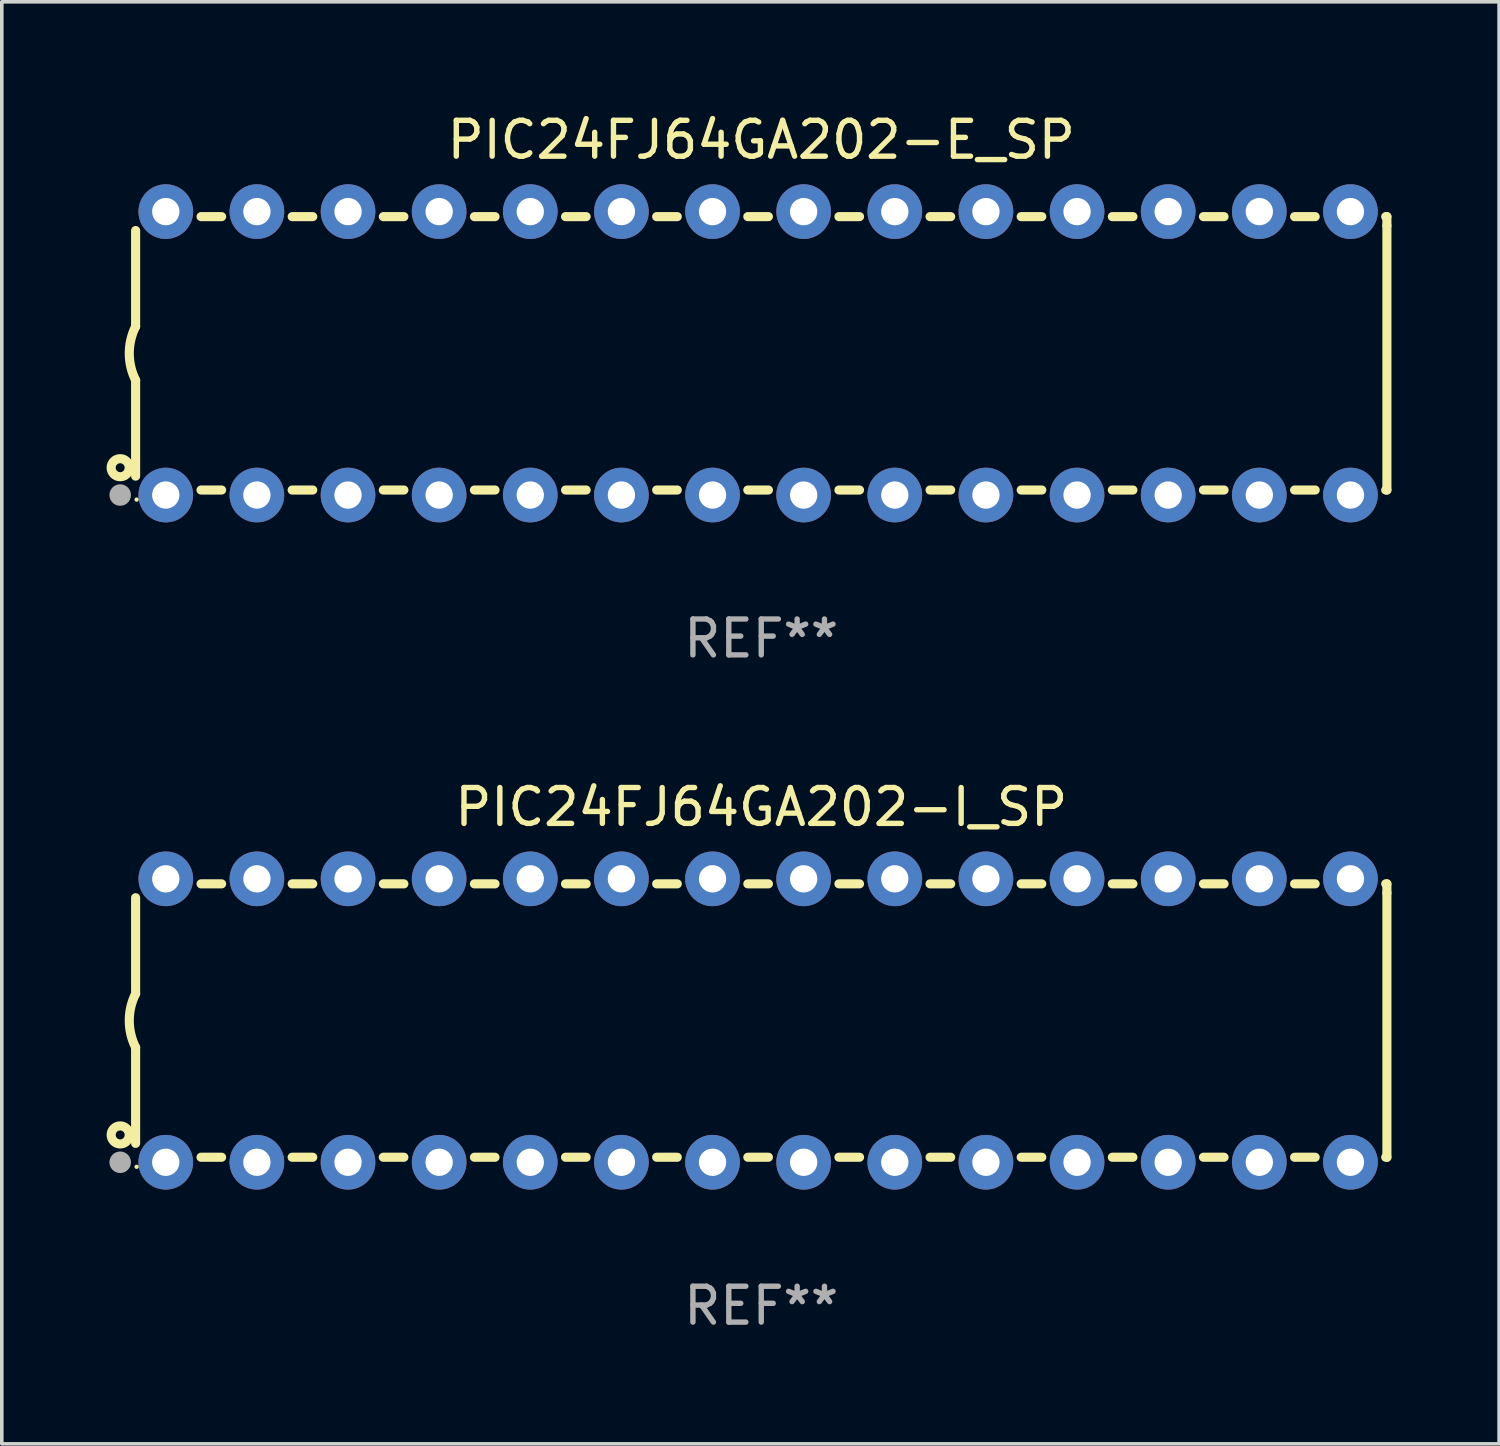
<source format=kicad_pcb>
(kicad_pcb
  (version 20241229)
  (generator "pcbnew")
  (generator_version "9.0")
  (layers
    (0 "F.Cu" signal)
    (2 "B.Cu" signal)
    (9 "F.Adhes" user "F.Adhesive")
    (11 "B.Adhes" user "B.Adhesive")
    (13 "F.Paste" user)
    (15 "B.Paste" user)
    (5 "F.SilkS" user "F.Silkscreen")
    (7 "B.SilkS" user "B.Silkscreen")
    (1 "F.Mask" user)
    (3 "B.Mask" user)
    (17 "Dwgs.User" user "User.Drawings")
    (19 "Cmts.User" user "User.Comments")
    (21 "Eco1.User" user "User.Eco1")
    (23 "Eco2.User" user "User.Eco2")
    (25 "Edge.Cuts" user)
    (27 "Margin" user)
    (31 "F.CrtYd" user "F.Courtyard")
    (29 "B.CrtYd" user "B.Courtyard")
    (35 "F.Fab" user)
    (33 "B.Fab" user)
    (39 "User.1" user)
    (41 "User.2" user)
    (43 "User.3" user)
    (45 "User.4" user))
  (footprint "PIC24FJ64GA202-I_SP"
    (layer "F.Cu")
    (at 18.168 25.395)
    (property "Reference" "PIC24FJ64GA202-I_SP" (at 0 -5.95 0) (layer "F.SilkS") (effects (font (size 1 1) (thickness 0.15))))
    (attr through_hole)
    (fp_line (start -17.438 0.75) (end -17.438 3.423) (stroke (width 0.254) (type solid)) (layer "F.SilkS"))
    (fp_line (start -17.438 -3.423) (end -17.438 -0.75) (stroke (width 0.254) (type solid)) (layer "F.SilkS"))
    (fp_line (start -15.615 3.81) (end -15.041 3.81) (stroke (width 0.254) (type solid)) (layer "F.SilkS"))
    (fp_line (start -15.041 -3.81) (end -15.614 -3.81) (stroke (width 0.254) (type solid)) (layer "F.SilkS"))
    (fp_line (start -13.075 3.81) (end -12.501 3.81) (stroke (width 0.254) (type solid)) (layer "F.SilkS"))
    (fp_line (start -12.501 -3.81) (end -13.074 -3.81) (stroke (width 0.254) (type solid)) (layer "F.SilkS"))
    (fp_line (start -10.535 3.81) (end -9.961 3.81) (stroke (width 0.254) (type solid)) (layer "F.SilkS"))
    (fp_line (start -9.961 -3.81) (end -10.534 -3.81) (stroke (width 0.254) (type solid)) (layer "F.SilkS"))
    (fp_line (start -7.995 3.81) (end -7.421 3.81) (stroke (width 0.254) (type solid)) (layer "F.SilkS"))
    (fp_line (start -7.421 -3.81) (end -7.995 -3.81) (stroke (width 0.254) (type solid)) (layer "F.SilkS"))
    (fp_line (start -5.455 3.81) (end -4.881 3.81) (stroke (width 0.254) (type solid)) (layer "F.SilkS"))
    (fp_line (start -4.881 -3.81) (end -5.455 -3.81) (stroke (width 0.254) (type solid)) (layer "F.SilkS"))
    (fp_line (start -2.915 3.81) (end -2.341 3.81) (stroke (width 0.254) (type solid)) (layer "F.SilkS"))
    (fp_line (start -2.341 -3.81) (end -2.915 -3.81) (stroke (width 0.254) (type solid)) (layer "F.SilkS"))
    (fp_line (start -0.375 3.81) (end 0.199 3.81) (stroke (width 0.254) (type solid)) (layer "F.SilkS"))
    (fp_line (start 0.199 -3.81) (end -0.375 -3.81) (stroke (width 0.254) (type solid)) (layer "F.SilkS"))
    (fp_line (start 2.165 3.81) (end 2.739 3.81) (stroke (width 0.254) (type solid)) (layer "F.SilkS"))
    (fp_line (start 2.739 -3.81) (end 2.165 -3.81) (stroke (width 0.254) (type solid)) (layer "F.SilkS"))
    (fp_line (start 4.705 3.81) (end 5.279 3.81) (stroke (width 0.254) (type solid)) (layer "F.SilkS"))
    (fp_line (start 5.279 -3.81) (end 4.705 -3.81) (stroke (width 0.254) (type solid)) (layer "F.SilkS"))
    (fp_line (start 7.245 3.81) (end 7.819 3.81) (stroke (width 0.254) (type solid)) (layer "F.SilkS"))
    (fp_line (start 7.819 -3.81) (end 7.245 -3.81) (stroke (width 0.254) (type solid)) (layer "F.SilkS"))
    (fp_line (start 9.785 3.81) (end 10.359 3.81) (stroke (width 0.254) (type solid)) (layer "F.SilkS"))
    (fp_line (start 10.359 -3.81) (end 9.785 -3.81) (stroke (width 0.254) (type solid)) (layer "F.SilkS"))
    (fp_line (start 12.325 3.81) (end 12.899 3.81) (stroke (width 0.254) (type solid)) (layer "F.SilkS"))
    (fp_line (start 12.899 -3.81) (end 12.325 -3.81) (stroke (width 0.254) (type solid)) (layer "F.SilkS"))
    (fp_line (start 14.865 3.81) (end 15.439 3.81) (stroke (width 0.254) (type solid)) (layer "F.SilkS"))
    (fp_line (start 15.439 -3.81) (end 14.865 -3.81) (stroke (width 0.254) (type solid)) (layer "F.SilkS"))
    (fp_line (start 17.405 3.81) (end 17.438 3.81) (stroke (width 0.254) (type solid)) (layer "F.SilkS"))
    (fp_line (start 17.438 -3.81) (end 17.405 -3.81) (stroke (width 0.254) (type solid)) (layer "F.SilkS"))
    (fp_line (start 17.438 -3.556) (end 17.438 -3.81) (stroke (width 0.254) (type solid)) (layer "F.SilkS"))
    (fp_line (start 17.438 3.81) (end 17.438 -3.556) (stroke (width 0.254) (type solid)) (layer "F.SilkS"))
    (fp_arc (start -17.437986 0.749657) (mid -17.614887 -0.000024) (end -17.437783 -0.749657) (stroke (width 0.254001) (type solid)) (layer "F.SilkS"))
    (fp_circle (center -17.868 3.188) (end -17.743 3.188) (stroke (width 0.254) (type solid)) (fill no) (layer "F.SilkS"))
    (fp_circle (center -17.411 4.077) (end -17.381 4.077) (stroke (width 0.06) (type solid)) (fill no) (layer "F.SilkS"))
    (fp_circle (center -17.868 3.95) (end -17.718 3.95) (stroke (width 0.3) (type solid)) (fill no) (layer "F.Fab"))
    (fp_text user "REF**" (at 0 7.95 0) (layer "F.Fab") (effects (font (size 1 1) (thickness 0.15))))
    (pad "1" thru_hole circle (at -16.598 3.95) (size 1.524 1.524) (drill 0.762) (layers "*.Cu" "*.Mask"))
    (pad "2" thru_hole circle (at -14.058 3.95) (size 1.524 1.524) (drill 0.762) (layers "*.Cu" "*.Mask"))
    (pad "3" thru_hole circle (at -11.518 3.95) (size 1.524 1.524) (drill 0.762) (layers "*.Cu" "*.Mask"))
    (pad "4" thru_hole circle (at -8.978 3.95) (size 1.524 1.524) (drill 0.762) (layers "*.Cu" "*.Mask"))
    (pad "5" thru_hole circle (at -6.438 3.95) (size 1.524 1.524) (drill 0.762) (layers "*.Cu" "*.Mask"))
    (pad "6" thru_hole circle (at -3.898 3.95) (size 1.524 1.524) (drill 0.762) (layers "*.Cu" "*.Mask"))
    (pad "7" thru_hole circle (at -1.358 3.95) (size 1.524 1.524) (drill 0.762) (layers "*.Cu" "*.Mask"))
    (pad "8" thru_hole circle (at 1.182 3.95) (size 1.524 1.524) (drill 0.762) (layers "*.Cu" "*.Mask"))
    (pad "9" thru_hole circle (at 3.722 3.95) (size 1.524 1.524) (drill 0.762) (layers "*.Cu" "*.Mask"))
    (pad "10" thru_hole circle (at 6.262 3.95) (size 1.524 1.524) (drill 0.762) (layers "*.Cu" "*.Mask"))
    (pad "11" thru_hole circle (at 8.802 3.95) (size 1.524 1.524) (drill 0.762) (layers "*.Cu" "*.Mask"))
    (pad "12" thru_hole circle (at 11.342 3.95) (size 1.524 1.524) (drill 0.762) (layers "*.Cu" "*.Mask"))
    (pad "13" thru_hole circle (at 13.882 3.95) (size 1.524 1.524) (drill 0.762) (layers "*.Cu" "*.Mask"))
    (pad "14" thru_hole circle (at 16.422 3.95) (size 1.524 1.524) (drill 0.762) (layers "*.Cu" "*.Mask"))
    (pad "15" thru_hole circle (at 16.422 -3.95) (size 1.524 1.524) (drill 0.762) (layers "*.Cu" "*.Mask"))
    (pad "16" thru_hole circle (at 13.882 -3.95) (size 1.524 1.524) (drill 0.762) (layers "*.Cu" "*.Mask"))
    (pad "17" thru_hole circle (at 11.342 -3.95) (size 1.524 1.524) (drill 0.762) (layers "*.Cu" "*.Mask"))
    (pad "18" thru_hole circle (at 8.802 -3.95) (size 1.524 1.524) (drill 0.762) (layers "*.Cu" "*.Mask"))
    (pad "19" thru_hole circle (at 6.262 -3.95) (size 1.524 1.524) (drill 0.762) (layers "*.Cu" "*.Mask"))
    (pad "20" thru_hole circle (at 3.722 -3.95) (size 1.524 1.524) (drill 0.762) (layers "*.Cu" "*.Mask"))
    (pad "21" thru_hole circle (at 1.182 -3.95) (size 1.524 1.524) (drill 0.762) (layers "*.Cu" "*.Mask"))
    (pad "22" thru_hole circle (at -1.358 -3.95) (size 1.524 1.524) (drill 0.762) (layers "*.Cu" "*.Mask"))
    (pad "23" thru_hole circle (at -3.898 -3.95) (size 1.524 1.524) (drill 0.762) (layers "*.Cu" "*.Mask"))
    (pad "24" thru_hole circle (at -6.438 -3.95) (size 1.524 1.524) (drill 0.762) (layers "*.Cu" "*.Mask"))
    (pad "25" thru_hole circle (at -8.978 -3.95) (size 1.524 1.524) (drill 0.762) (layers "*.Cu" "*.Mask"))
    (pad "26" thru_hole circle (at -11.517 -3.95) (size 1.524 1.524) (drill 0.762) (layers "*.Cu" "*.Mask"))
    (pad "27" thru_hole circle (at -14.057 -3.95) (size 1.524 1.524) (drill 0.762) (layers "*.Cu" "*.Mask"))
    (pad "28" thru_hole circle (at -16.597 -3.95) (size 1.524 1.524) (drill 0.762) (layers "*.Cu" "*.Mask")))
  (footprint "PIC24FJ64GA202-E_SP"
    (layer "F.Cu")
    (at 18.168 6.798)
    (property "Reference" "PIC24FJ64GA202-E_SP" (at 0 -5.95 0) (layer "F.SilkS") (effects (font (size 1 1) (thickness 0.15))))
    (attr through_hole)
    (fp_line (start -17.438 0.75) (end -17.438 3.423) (stroke (width 0.254) (type solid)) (layer "F.SilkS"))
    (fp_line (start -17.438 -3.423) (end -17.438 -0.75) (stroke (width 0.254) (type solid)) (layer "F.SilkS"))
    (fp_line (start -15.615 3.81) (end -15.041 3.81) (stroke (width 0.254) (type solid)) (layer "F.SilkS"))
    (fp_line (start -15.041 -3.81) (end -15.614 -3.81) (stroke (width 0.254) (type solid)) (layer "F.SilkS"))
    (fp_line (start -13.075 3.81) (end -12.501 3.81) (stroke (width 0.254) (type solid)) (layer "F.SilkS"))
    (fp_line (start -12.501 -3.81) (end -13.074 -3.81) (stroke (width 0.254) (type solid)) (layer "F.SilkS"))
    (fp_line (start -10.535 3.81) (end -9.961 3.81) (stroke (width 0.254) (type solid)) (layer "F.SilkS"))
    (fp_line (start -9.961 -3.81) (end -10.534 -3.81) (stroke (width 0.254) (type solid)) (layer "F.SilkS"))
    (fp_line (start -7.995 3.81) (end -7.421 3.81) (stroke (width 0.254) (type solid)) (layer "F.SilkS"))
    (fp_line (start -7.421 -3.81) (end -7.995 -3.81) (stroke (width 0.254) (type solid)) (layer "F.SilkS"))
    (fp_line (start -5.455 3.81) (end -4.881 3.81) (stroke (width 0.254) (type solid)) (layer "F.SilkS"))
    (fp_line (start -4.881 -3.81) (end -5.455 -3.81) (stroke (width 0.254) (type solid)) (layer "F.SilkS"))
    (fp_line (start -2.915 3.81) (end -2.341 3.81) (stroke (width 0.254) (type solid)) (layer "F.SilkS"))
    (fp_line (start -2.341 -3.81) (end -2.915 -3.81) (stroke (width 0.254) (type solid)) (layer "F.SilkS"))
    (fp_line (start -0.375 3.81) (end 0.199 3.81) (stroke (width 0.254) (type solid)) (layer "F.SilkS"))
    (fp_line (start 0.199 -3.81) (end -0.375 -3.81) (stroke (width 0.254) (type solid)) (layer "F.SilkS"))
    (fp_line (start 2.165 3.81) (end 2.739 3.81) (stroke (width 0.254) (type solid)) (layer "F.SilkS"))
    (fp_line (start 2.739 -3.81) (end 2.165 -3.81) (stroke (width 0.254) (type solid)) (layer "F.SilkS"))
    (fp_line (start 4.705 3.81) (end 5.279 3.81) (stroke (width 0.254) (type solid)) (layer "F.SilkS"))
    (fp_line (start 5.279 -3.81) (end 4.705 -3.81) (stroke (width 0.254) (type solid)) (layer "F.SilkS"))
    (fp_line (start 7.245 3.81) (end 7.819 3.81) (stroke (width 0.254) (type solid)) (layer "F.SilkS"))
    (fp_line (start 7.819 -3.81) (end 7.245 -3.81) (stroke (width 0.254) (type solid)) (layer "F.SilkS"))
    (fp_line (start 9.785 3.81) (end 10.359 3.81) (stroke (width 0.254) (type solid)) (layer "F.SilkS"))
    (fp_line (start 10.359 -3.81) (end 9.785 -3.81) (stroke (width 0.254) (type solid)) (layer "F.SilkS"))
    (fp_line (start 12.325 3.81) (end 12.899 3.81) (stroke (width 0.254) (type solid)) (layer "F.SilkS"))
    (fp_line (start 12.899 -3.81) (end 12.325 -3.81) (stroke (width 0.254) (type solid)) (layer "F.SilkS"))
    (fp_line (start 14.865 3.81) (end 15.439 3.81) (stroke (width 0.254) (type solid)) (layer "F.SilkS"))
    (fp_line (start 15.439 -3.81) (end 14.865 -3.81) (stroke (width 0.254) (type solid)) (layer "F.SilkS"))
    (fp_line (start 17.405 3.81) (end 17.438 3.81) (stroke (width 0.254) (type solid)) (layer "F.SilkS"))
    (fp_line (start 17.438 -3.81) (end 17.405 -3.81) (stroke (width 0.254) (type solid)) (layer "F.SilkS"))
    (fp_line (start 17.438 -3.556) (end 17.438 -3.81) (stroke (width 0.254) (type solid)) (layer "F.SilkS"))
    (fp_line (start 17.438 3.81) (end 17.438 -3.556) (stroke (width 0.254) (type solid)) (layer "F.SilkS"))
    (fp_arc (start -17.437986 0.749657) (mid -17.614887 -0.000024) (end -17.437783 -0.749657) (stroke (width 0.254001) (type solid)) (layer "F.SilkS"))
    (fp_circle (center -17.868 3.188) (end -17.743 3.188) (stroke (width 0.254) (type solid)) (fill no) (layer "F.SilkS"))
    (fp_circle (center -17.411 4.077) (end -17.381 4.077) (stroke (width 0.06) (type solid)) (fill no) (layer "F.SilkS"))
    (fp_circle (center -17.868 3.95) (end -17.718 3.95) (stroke (width 0.3) (type solid)) (fill no) (layer "F.Fab"))
    (fp_text user "REF**" (at 0 7.95 0) (layer "F.Fab") (effects (font (size 1 1) (thickness 0.15))))
    (pad "1" thru_hole circle (at -16.598 3.95) (size 1.524 1.524) (drill 0.762) (layers "*.Cu" "*.Mask"))
    (pad "2" thru_hole circle (at -14.058 3.95) (size 1.524 1.524) (drill 0.762) (layers "*.Cu" "*.Mask"))
    (pad "3" thru_hole circle (at -11.518 3.95) (size 1.524 1.524) (drill 0.762) (layers "*.Cu" "*.Mask"))
    (pad "4" thru_hole circle (at -8.978 3.95) (size 1.524 1.524) (drill 0.762) (layers "*.Cu" "*.Mask"))
    (pad "5" thru_hole circle (at -6.438 3.95) (size 1.524 1.524) (drill 0.762) (layers "*.Cu" "*.Mask"))
    (pad "6" thru_hole circle (at -3.898 3.95) (size 1.524 1.524) (drill 0.762) (layers "*.Cu" "*.Mask"))
    (pad "7" thru_hole circle (at -1.358 3.95) (size 1.524 1.524) (drill 0.762) (layers "*.Cu" "*.Mask"))
    (pad "8" thru_hole circle (at 1.182 3.95) (size 1.524 1.524) (drill 0.762) (layers "*.Cu" "*.Mask"))
    (pad "9" thru_hole circle (at 3.722 3.95) (size 1.524 1.524) (drill 0.762) (layers "*.Cu" "*.Mask"))
    (pad "10" thru_hole circle (at 6.262 3.95) (size 1.524 1.524) (drill 0.762) (layers "*.Cu" "*.Mask"))
    (pad "11" thru_hole circle (at 8.802 3.95) (size 1.524 1.524) (drill 0.762) (layers "*.Cu" "*.Mask"))
    (pad "12" thru_hole circle (at 11.342 3.95) (size 1.524 1.524) (drill 0.762) (layers "*.Cu" "*.Mask"))
    (pad "13" thru_hole circle (at 13.882 3.95) (size 1.524 1.524) (drill 0.762) (layers "*.Cu" "*.Mask"))
    (pad "14" thru_hole circle (at 16.422 3.95) (size 1.524 1.524) (drill 0.762) (layers "*.Cu" "*.Mask"))
    (pad "15" thru_hole circle (at 16.422 -3.95) (size 1.524 1.524) (drill 0.762) (layers "*.Cu" "*.Mask"))
    (pad "16" thru_hole circle (at 13.882 -3.95) (size 1.524 1.524) (drill 0.762) (layers "*.Cu" "*.Mask"))
    (pad "17" thru_hole circle (at 11.342 -3.95) (size 1.524 1.524) (drill 0.762) (layers "*.Cu" "*.Mask"))
    (pad "18" thru_hole circle (at 8.802 -3.95) (size 1.524 1.524) (drill 0.762) (layers "*.Cu" "*.Mask"))
    (pad "19" thru_hole circle (at 6.262 -3.95) (size 1.524 1.524) (drill 0.762) (layers "*.Cu" "*.Mask"))
    (pad "20" thru_hole circle (at 3.722 -3.95) (size 1.524 1.524) (drill 0.762) (layers "*.Cu" "*.Mask"))
    (pad "21" thru_hole circle (at 1.182 -3.95) (size 1.524 1.524) (drill 0.762) (layers "*.Cu" "*.Mask"))
    (pad "22" thru_hole circle (at -1.358 -3.95) (size 1.524 1.524) (drill 0.762) (layers "*.Cu" "*.Mask"))
    (pad "23" thru_hole circle (at -3.898 -3.95) (size 1.524 1.524) (drill 0.762) (layers "*.Cu" "*.Mask"))
    (pad "24" thru_hole circle (at -6.438 -3.95) (size 1.524 1.524) (drill 0.762) (layers "*.Cu" "*.Mask"))
    (pad "25" thru_hole circle (at -8.978 -3.95) (size 1.524 1.524) (drill 0.762) (layers "*.Cu" "*.Mask"))
    (pad "26" thru_hole circle (at -11.517 -3.95) (size 1.524 1.524) (drill 0.762) (layers "*.Cu" "*.Mask"))
    (pad "27" thru_hole circle (at -14.057 -3.95) (size 1.524 1.524) (drill 0.762) (layers "*.Cu" "*.Mask"))
    (pad "28" thru_hole circle (at -16.597 -3.95) (size 1.524 1.524) (drill 0.762) (layers "*.Cu" "*.Mask")))
  (gr_rect
    (start -3 -3)
    (end 38.733 37.193)
    (stroke (width 0.1) (type default))
    (fill no)
    (layer "Edge.Cuts")))
</source>
